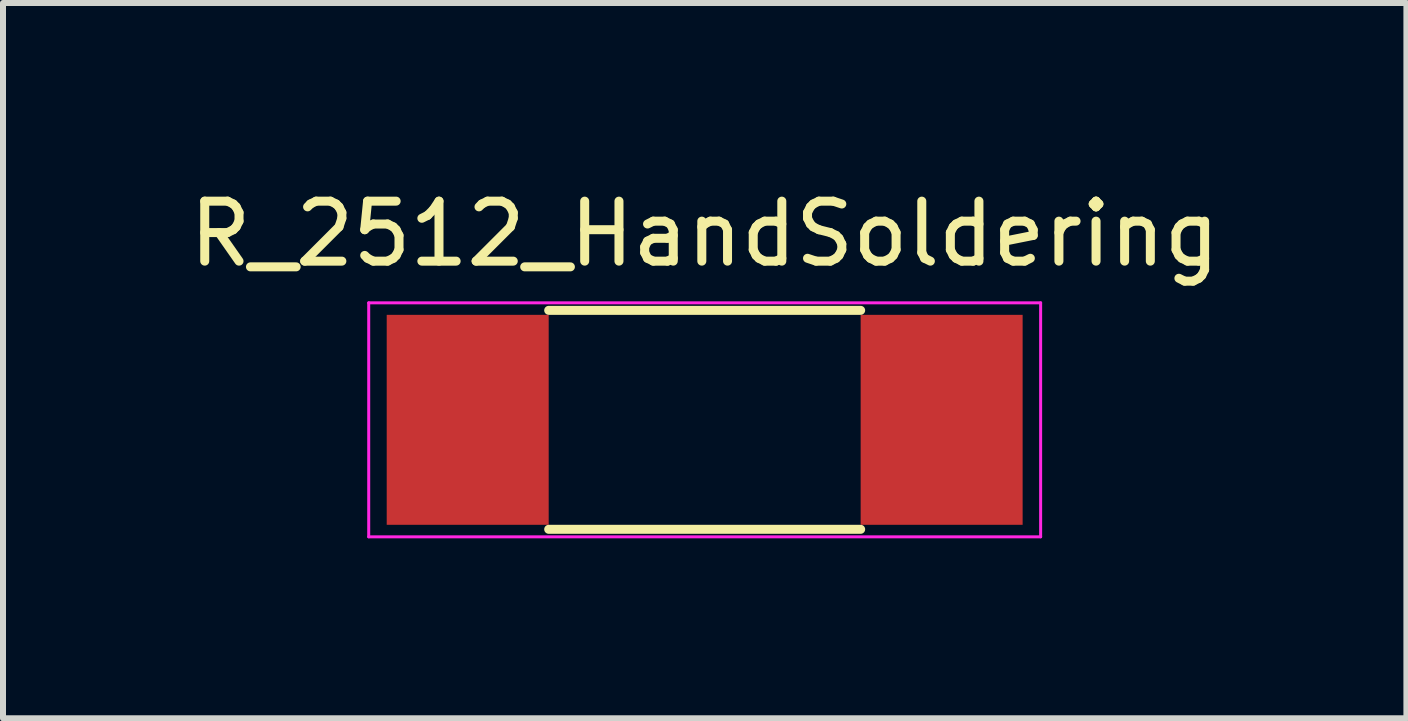
<source format=kicad_pcb>
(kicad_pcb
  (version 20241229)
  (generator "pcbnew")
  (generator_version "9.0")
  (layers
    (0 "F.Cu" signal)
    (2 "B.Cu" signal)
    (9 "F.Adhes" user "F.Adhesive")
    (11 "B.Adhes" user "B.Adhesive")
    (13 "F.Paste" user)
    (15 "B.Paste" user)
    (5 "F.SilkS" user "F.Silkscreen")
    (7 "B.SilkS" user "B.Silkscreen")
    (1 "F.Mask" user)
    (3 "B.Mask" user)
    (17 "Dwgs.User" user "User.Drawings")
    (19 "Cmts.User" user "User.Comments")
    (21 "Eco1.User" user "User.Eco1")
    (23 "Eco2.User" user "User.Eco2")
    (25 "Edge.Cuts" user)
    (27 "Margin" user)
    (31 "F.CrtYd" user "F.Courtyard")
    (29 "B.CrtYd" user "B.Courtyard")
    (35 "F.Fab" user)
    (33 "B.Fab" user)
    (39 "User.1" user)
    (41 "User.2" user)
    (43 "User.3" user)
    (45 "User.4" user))
  (footprint "R_2512_HandSoldering"
    (layer "F.Cu")
    (at 8.696 3.948)
    (property "Reference" "R_2512_HandSoldering" (at 0 -3.1 0) (layer "F.SilkS") (effects (font (size 1 1) (thickness 0.15))))
    (attr smd)
    (fp_line (start -2.6 -1.825) (end 2.6 -1.825) (stroke (width 0.15) (type solid)) (layer "F.SilkS"))
    (fp_line (start 2.6 1.825) (end -2.6 1.825) (stroke (width 0.15) (type solid)) (layer "F.SilkS"))
    (fp_line (start -5.6 -1.95) (end -5.6 1.95) (stroke (width 0.05) (type solid)) (layer "F.CrtYd"))
    (fp_line (start -5.6 -1.95) (end 5.6 -1.95) (stroke (width 0.05) (type solid)) (layer "F.CrtYd"))
    (fp_line (start -5.6 1.95) (end 5.6 1.95) (stroke (width 0.05) (type solid)) (layer "F.CrtYd"))
    (fp_line (start 5.6 -1.95) (end 5.6 1.95) (stroke (width 0.05) (type solid)) (layer "F.CrtYd"))
    (pad "1" smd rect (at -3.95 0) (size 2.7 3.5) (layers "F.Cu" "F.Mask" "F.Paste"))
    (pad "2" smd rect (at 3.95 0) (size 2.7 3.5) (layers "F.Cu" "F.Mask" "F.Paste")))
  (gr_rect
    (start -3 -3)
    (end 20.393 8.923)
    (stroke (width 0.1) (type default))
    (fill no)
    (layer "Edge.Cuts")))
</source>
